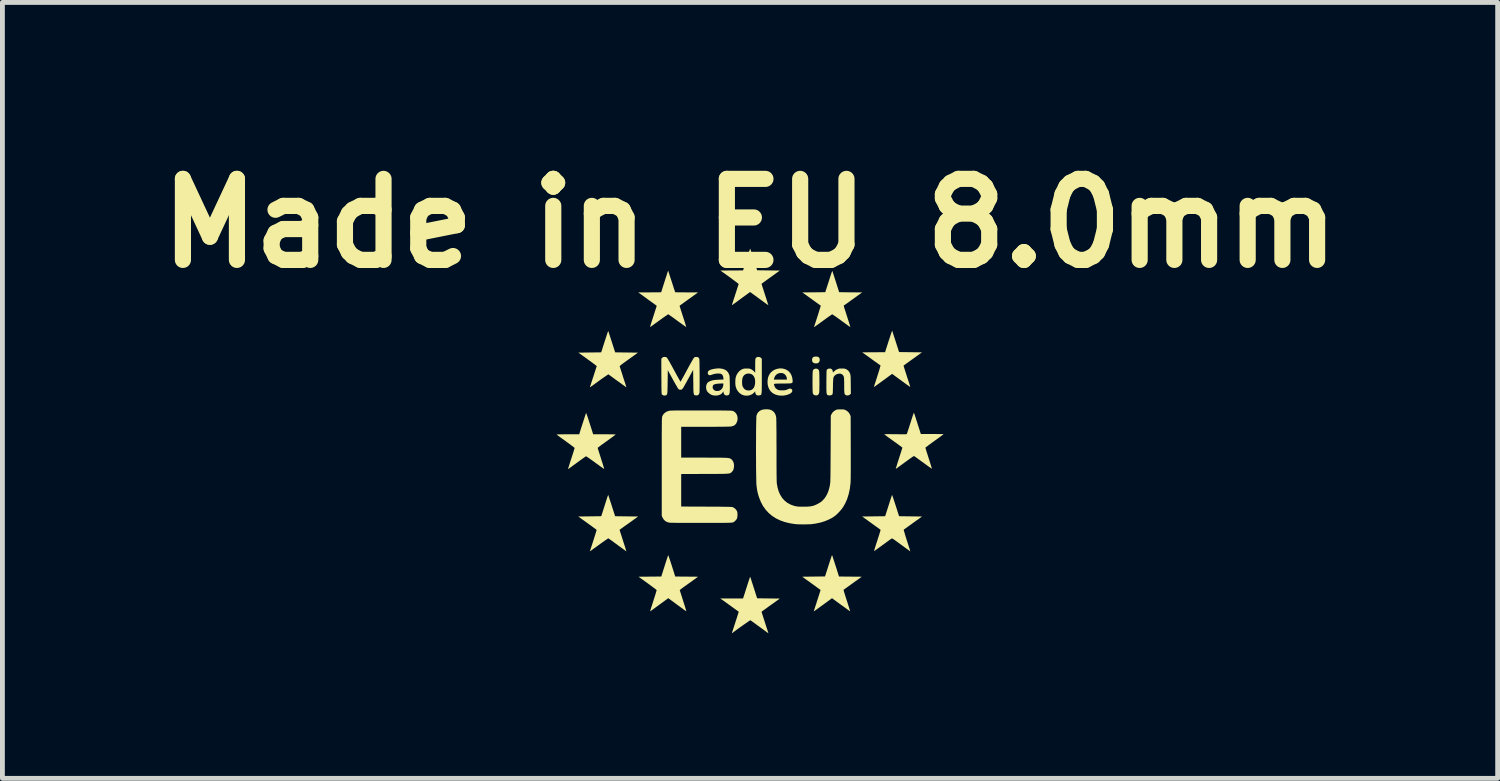
<source format=kicad_pcb>
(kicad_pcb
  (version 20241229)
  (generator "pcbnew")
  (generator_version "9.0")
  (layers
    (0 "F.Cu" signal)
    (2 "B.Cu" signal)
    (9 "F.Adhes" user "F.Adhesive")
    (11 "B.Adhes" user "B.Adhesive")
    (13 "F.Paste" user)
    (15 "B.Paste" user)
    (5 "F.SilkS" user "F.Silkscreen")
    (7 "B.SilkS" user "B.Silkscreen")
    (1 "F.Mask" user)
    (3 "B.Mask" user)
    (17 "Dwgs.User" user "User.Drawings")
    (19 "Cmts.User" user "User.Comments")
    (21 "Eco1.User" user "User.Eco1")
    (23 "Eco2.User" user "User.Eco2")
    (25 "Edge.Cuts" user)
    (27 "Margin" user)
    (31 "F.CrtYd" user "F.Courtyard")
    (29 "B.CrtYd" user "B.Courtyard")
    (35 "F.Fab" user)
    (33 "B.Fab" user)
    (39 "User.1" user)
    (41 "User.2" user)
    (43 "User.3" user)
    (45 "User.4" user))
  (footprint "Made in EU 8.0mm"
    (layer "F.Cu")
    (at 12.457 6.066)
    (property "Reference" "Made in EU 8.0mm" (at 0 -4.5 180) (layer "F.SilkS") (effects (font (size 1.675 1.675) (thickness 0.334))))
    (attr board_only exclude_from_pos_files exclude_from_bom)
    (fp_poly (pts (xy 1.389 -1.743) (xy 1.414 -1.735) (xy 1.431 -1.719) (xy 1.44 -1.696) (xy 1.442 -1.675) (xy 1.437 -1.645) (xy 1.422 -1.622) (xy 1.405 -1.609) (xy 1.385 -1.604) (xy 1.359 -1.602) (xy 1.333 -1.606) (xy 1.317 -1.611) (xy 1.299 -1.625) (xy 1.287 -1.646) (xy 1.282 -1.67) (xy 1.284 -1.696) (xy 1.294 -1.718) (xy 1.301 -1.727) (xy 1.314 -1.736) (xy 1.33 -1.741) (xy 1.354 -1.744)) (stroke (width 0) (type solid)) (fill yes) (layer "F.SilkS"))
    (fp_poly (pts (xy 1.392 -1.49) (xy 1.413 -1.477) (xy 1.426 -1.455) (xy 1.429 -1.441) (xy 1.431 -1.428) (xy 1.432 -1.405) (xy 1.433 -1.374) (xy 1.434 -1.336) (xy 1.434 -1.294) (xy 1.435 -1.249) (xy 1.435 -1.202) (xy 1.435 -1.157) (xy 1.434 -1.114) (xy 1.434 -1.075) (xy 1.433 -1.043) (xy 1.432 -1.018) (xy 1.431 -1.004) (xy 1.422 -0.974) (xy 1.411 -0.958) (xy 1.399 -0.947) (xy 1.385 -0.942) (xy 1.366 -0.941) (xy 1.365 -0.941) (xy 1.339 -0.944) (xy 1.32 -0.953) (xy 1.32 -0.953) (xy 1.308 -0.967) (xy 1.299 -0.985) (xy 1.298 -0.987) (xy 1.297 -0.999) (xy 1.295 -1.022) (xy 1.294 -1.052) (xy 1.293 -1.09) (xy 1.293 -1.132) (xy 1.292 -1.178) (xy 1.292 -1.225) (xy 1.292 -1.272) (xy 1.293 -1.316) (xy 1.293 -1.357) (xy 1.294 -1.393) (xy 1.296 -1.421) (xy 1.297 -1.441) (xy 1.298 -1.448) (xy 1.31 -1.473) (xy 1.33 -1.488) (xy 1.357 -1.494) (xy 1.364 -1.495)) (stroke (width 0) (type solid)) (fill yes) (layer "F.SilkS"))
    (fp_poly (pts (xy 2.94 -2.275) (xy 2.941 -2.275) (xy 2.943 -2.267) (xy 2.949 -2.25) (xy 2.957 -2.223) (xy 2.968 -2.19) (xy 2.981 -2.15) (xy 2.996 -2.105) (xy 3.011 -2.057) (xy 3.013 -2.051) (xy 3.082 -1.837) (xy 3.319 -1.834) (xy 3.555 -1.831) (xy 3.365 -1.694) (xy 3.323 -1.664) (xy 3.284 -1.636) (xy 3.249 -1.611) (xy 3.22 -1.59) (xy 3.197 -1.573) (xy 3.182 -1.561) (xy 3.174 -1.555) (xy 3.174 -1.554) (xy 3.176 -1.548) (xy 3.181 -1.532) (xy 3.189 -1.507) (xy 3.199 -1.474) (xy 3.212 -1.435) (xy 3.226 -1.391) (xy 3.241 -1.343) (xy 3.244 -1.334) (xy 3.26 -1.285) (xy 3.274 -1.241) (xy 3.287 -1.201) (xy 3.298 -1.167) (xy 3.306 -1.141) (xy 3.311 -1.123) (xy 3.313 -1.115) (xy 3.313 -1.114) (xy 3.308 -1.117) (xy 3.295 -1.127) (xy 3.274 -1.142) (xy 3.246 -1.161) (xy 3.213 -1.185) (xy 3.176 -1.212) (xy 3.135 -1.242) (xy 3.125 -1.249) (xy 2.938 -1.386) (xy 2.759 -1.255) (xy 2.71 -1.219) (xy 2.67 -1.19) (xy 2.637 -1.166) (xy 2.612 -1.148) (xy 2.593 -1.134) (xy 2.579 -1.125) (xy 2.57 -1.119) (xy 2.564 -1.117) (xy 2.562 -1.117) (xy 2.562 -1.119) (xy 2.563 -1.123) (xy 2.563 -1.123) (xy 2.582 -1.182) (xy 2.601 -1.24) (xy 2.619 -1.296) (xy 2.636 -1.35) (xy 2.652 -1.4) (xy 2.666 -1.445) (xy 2.678 -1.484) (xy 2.687 -1.517) (xy 2.694 -1.541) (xy 2.698 -1.555) (xy 2.698 -1.56) (xy 2.692 -1.564) (xy 2.678 -1.574) (xy 2.656 -1.59) (xy 2.628 -1.61) (xy 2.594 -1.634) (xy 2.556 -1.661) (xy 2.515 -1.691) (xy 2.507 -1.697) (xy 2.32 -1.831) (xy 2.556 -1.833) (xy 2.792 -1.834) (xy 2.843 -1.993) (xy 2.864 -2.058) (xy 2.882 -2.113) (xy 2.897 -2.158) (xy 2.908 -2.194) (xy 2.918 -2.222) (xy 2.925 -2.244) (xy 2.931 -2.259) (xy 2.935 -2.269) (xy 2.937 -2.274) (xy 2.939 -2.276)) (stroke (width 0) (type solid)) (fill yes) (layer "F.SilkS"))
    (fp_poly (pts (xy 0.008 2.818) (xy 0.013 2.836) (xy 0.022 2.862) (xy 0.032 2.896) (xy 0.045 2.936) (xy 0.06 2.98) (xy 0.075 3.029) (xy 0.078 3.037) (xy 0.147 3.254) (xy 0.381 3.257) (xy 0.616 3.26) (xy 0.44 3.386) (xy 0.399 3.415) (xy 0.361 3.443) (xy 0.327 3.468) (xy 0.297 3.489) (xy 0.274 3.506) (xy 0.258 3.517) (xy 0.251 3.523) (xy 0.238 3.534) (xy 0.307 3.748) (xy 0.322 3.797) (xy 0.337 3.842) (xy 0.35 3.882) (xy 0.361 3.917) (xy 0.37 3.944) (xy 0.376 3.962) (xy 0.378 3.971) (xy 0.378 3.971) (xy 0.379 3.976) (xy 0.374 3.973) (xy 0.365 3.967) (xy 0.349 3.955) (xy 0.326 3.938) (xy 0.298 3.918) (xy 0.266 3.894) (xy 0.231 3.869) (xy 0.194 3.842) (xy 0.158 3.816) (xy 0.122 3.79) (xy 0.09 3.766) (xy 0.061 3.745) (xy 0.037 3.728) (xy 0.019 3.716) (xy 0.01 3.709) (xy 0.008 3.708) (xy 0.002 3.71) (xy -0.012 3.719) (xy -0.033 3.733) (xy -0.06 3.752) (xy -0.092 3.774) (xy -0.127 3.798) (xy -0.164 3.825) (xy -0.203 3.852) (xy -0.241 3.879) (xy -0.277 3.905) (xy -0.31 3.93) (xy -0.339 3.951) (xy -0.363 3.97) (xy -0.369 3.974) (xy -0.375 3.977) (xy -0.374 3.972) (xy -0.374 3.972) (xy -0.372 3.964) (xy -0.366 3.946) (xy -0.357 3.92) (xy -0.347 3.888) (xy -0.335 3.851) (xy -0.322 3.81) (xy -0.308 3.768) (xy -0.295 3.725) (xy -0.281 3.684) (xy -0.269 3.646) (xy -0.258 3.612) (xy -0.25 3.585) (xy -0.243 3.565) (xy -0.241 3.557) (xy -0.233 3.532) (xy -0.424 3.394) (xy -0.615 3.257) (xy -0.379 3.257) (xy -0.144 3.257) (xy -0.101 3.125) (xy -0.087 3.079) (xy -0.071 3.031) (xy -0.056 2.983) (xy -0.042 2.939) (xy -0.03 2.902) (xy -0.028 2.897) (xy -0.018 2.867) (xy -0.009 2.841) (xy -0.002 2.822) (xy 0.003 2.812) (xy 0.005 2.811)) (stroke (width 0) (type solid)) (fill yes) (layer "F.SilkS"))
    (fp_poly (pts (xy -1.644 -3.37) (xy -1.629 -3.325) (xy -1.614 -3.279) (xy -1.6 -3.235) (xy -1.587 -3.195) (xy -1.577 -3.162) (xy -1.571 -3.145) (xy -1.547 -3.073) (xy -1.311 -3.071) (xy -1.075 -3.07) (xy -1.244 -2.948) (xy -1.285 -2.919) (xy -1.323 -2.891) (xy -1.358 -2.866) (xy -1.388 -2.844) (xy -1.412 -2.827) (xy -1.429 -2.815) (xy -1.436 -2.809) (xy -1.457 -2.793) (xy -1.387 -2.574) (xy -1.371 -2.525) (xy -1.357 -2.481) (xy -1.344 -2.44) (xy -1.334 -2.407) (xy -1.326 -2.38) (xy -1.321 -2.362) (xy -1.318 -2.354) (xy -1.318 -2.353) (xy -1.324 -2.356) (xy -1.337 -2.366) (xy -1.358 -2.38) (xy -1.386 -2.4) (xy -1.419 -2.424) (xy -1.456 -2.45) (xy -1.496 -2.48) (xy -1.501 -2.483) (xy -1.542 -2.513) (xy -1.58 -2.541) (xy -1.614 -2.565) (xy -1.643 -2.586) (xy -1.666 -2.602) (xy -1.681 -2.613) (xy -1.688 -2.618) (xy -1.689 -2.618) (xy -1.695 -2.615) (xy -1.71 -2.606) (xy -1.732 -2.591) (xy -1.76 -2.572) (xy -1.794 -2.548) (xy -1.832 -2.521) (xy -1.873 -2.492) (xy -1.88 -2.486) (xy -1.921 -2.456) (xy -1.96 -2.429) (xy -1.994 -2.404) (xy -2.022 -2.384) (xy -2.045 -2.367) (xy -2.06 -2.357) (xy -2.067 -2.352) (xy -2.068 -2.352) (xy -2.066 -2.357) (xy -2.062 -2.373) (xy -2.055 -2.397) (xy -2.045 -2.43) (xy -2.033 -2.468) (xy -2.019 -2.512) (xy -2.003 -2.56) (xy -2 -2.571) (xy -1.984 -2.619) (xy -1.97 -2.665) (xy -1.957 -2.705) (xy -1.946 -2.739) (xy -1.937 -2.766) (xy -1.932 -2.784) (xy -1.929 -2.792) (xy -1.929 -2.793) (xy -1.934 -2.797) (xy -1.947 -2.807) (xy -1.968 -2.822) (xy -1.996 -2.843) (xy -2.029 -2.867) (xy -2.067 -2.894) (xy -2.108 -2.923) (xy -2.12 -2.933) (xy -2.311 -3.07) (xy -2.074 -3.071) (xy -1.837 -3.073) (xy -1.781 -3.25) (xy -1.766 -3.296) (xy -1.752 -3.341) (xy -1.738 -3.383) (xy -1.726 -3.42) (xy -1.717 -3.449) (xy -1.71 -3.47) (xy -1.709 -3.474) (xy -1.693 -3.522)) (stroke (width 0) (type solid)) (fill yes) (layer "F.SilkS"))
    (fp_poly (pts (xy -1.689 2.367) (xy -1.683 2.382) (xy -1.675 2.406) (xy -1.664 2.437) (xy -1.651 2.475) (xy -1.637 2.519) (xy -1.621 2.567) (xy -1.617 2.581) (xy -1.546 2.804) (xy -1.31 2.806) (xy -1.074 2.808) (xy -1.263 2.944) (xy -1.305 2.974) (xy -1.344 3.002) (xy -1.378 3.027) (xy -1.407 3.048) (xy -1.43 3.066) (xy -1.445 3.078) (xy -1.453 3.083) (xy -1.453 3.084) (xy -1.451 3.09) (xy -1.446 3.107) (xy -1.438 3.132) (xy -1.428 3.165) (xy -1.415 3.204) (xy -1.401 3.248) (xy -1.386 3.296) (xy -1.384 3.302) (xy -1.369 3.35) (xy -1.355 3.394) (xy -1.342 3.434) (xy -1.332 3.468) (xy -1.324 3.494) (xy -1.319 3.512) (xy -1.317 3.519) (xy -1.317 3.52) (xy -1.322 3.518) (xy -1.335 3.511) (xy -1.353 3.499) (xy -1.37 3.487) (xy -1.388 3.473) (xy -1.415 3.454) (xy -1.447 3.43) (xy -1.483 3.404) (xy -1.521 3.376) (xy -1.555 3.351) (xy -1.69 3.252) (xy -1.853 3.371) (xy -1.893 3.4) (xy -1.931 3.428) (xy -1.965 3.453) (xy -1.995 3.475) (xy -2.019 3.492) (xy -2.035 3.504) (xy -2.042 3.508) (xy -2.056 3.519) (xy -2.064 3.522) (xy -2.065 3.52) (xy -2.063 3.512) (xy -2.06 3.504) (xy -2.055 3.485) (xy -2.046 3.457) (xy -2.035 3.423) (xy -2.022 3.383) (xy -2.008 3.338) (xy -1.994 3.294) (xy -1.979 3.247) (xy -1.965 3.203) (xy -1.953 3.164) (xy -1.943 3.131) (xy -1.936 3.106) (xy -1.932 3.089) (xy -1.931 3.083) (xy -1.936 3.078) (xy -1.95 3.067) (xy -1.972 3.05) (xy -2 3.029) (xy -2.033 3.005) (xy -2.071 2.977) (xy -2.112 2.947) (xy -2.12 2.941) (xy -2.306 2.808) (xy -2.07 2.806) (xy -1.834 2.804) (xy -1.823 2.767) (xy -1.811 2.73) (xy -1.798 2.688) (xy -1.784 2.644) (xy -1.769 2.598) (xy -1.755 2.553) (xy -1.741 2.509) (xy -1.728 2.469) (xy -1.716 2.433) (xy -1.706 2.403) (xy -1.698 2.38) (xy -1.693 2.366) (xy -1.692 2.363)) (stroke (width 0) (type solid)) (fill yes) (layer "F.SilkS"))
    (fp_poly (pts (xy 0.664 -1.498) (xy 0.713 -1.487) (xy 0.758 -1.468) (xy 0.798 -1.44) (xy 0.83 -1.405) (xy 0.848 -1.376) (xy 0.864 -1.338) (xy 0.875 -1.296) (xy 0.881 -1.254) (xy 0.881 -1.241) (xy 0.881 -1.227) (xy 0.88 -1.216) (xy 0.877 -1.207) (xy 0.871 -1.2) (xy 0.86 -1.195) (xy 0.844 -1.191) (xy 0.82 -1.189) (xy 0.789 -1.188) (xy 0.749 -1.187) (xy 0.699 -1.186) (xy 0.675 -1.186) (xy 0.623 -1.186) (xy 0.581 -1.185) (xy 0.549 -1.185) (xy 0.526 -1.183) (xy 0.51 -1.181) (xy 0.5 -1.177) (xy 0.496 -1.172) (xy 0.495 -1.166) (xy 0.498 -1.157) (xy 0.502 -1.145) (xy 0.504 -1.139) (xy 0.517 -1.108) (xy 0.535 -1.085) (xy 0.561 -1.066) (xy 0.568 -1.062) (xy 0.582 -1.054) (xy 0.595 -1.05) (xy 0.609 -1.047) (xy 0.628 -1.046) (xy 0.655 -1.045) (xy 0.664 -1.045) (xy 0.695 -1.046) (xy 0.717 -1.047) (xy 0.735 -1.05) (xy 0.752 -1.056) (xy 0.768 -1.062) (xy 0.799 -1.075) (xy 0.821 -1.081) (xy 0.838 -1.082) (xy 0.851 -1.077) (xy 0.86 -1.07) (xy 0.873 -1.051) (xy 0.875 -1.031) (xy 0.868 -1.013) (xy 0.853 -0.995) (xy 0.83 -0.979) (xy 0.801 -0.964) (xy 0.767 -0.952) (xy 0.729 -0.943) (xy 0.688 -0.937) (xy 0.646 -0.936) (xy 0.604 -0.939) (xy 0.574 -0.944) (xy 0.518 -0.961) (xy 0.47 -0.987) (xy 0.43 -1.022) (xy 0.4 -1.064) (xy 0.378 -1.113) (xy 0.365 -1.169) (xy 0.362 -1.218) (xy 0.366 -1.268) (xy 0.493 -1.268) (xy 0.628 -1.268) (xy 0.762 -1.268) (xy 0.762 -1.288) (xy 0.76 -1.304) (xy 0.753 -1.325) (xy 0.748 -1.338) (xy 0.727 -1.369) (xy 0.7 -1.391) (xy 0.666 -1.402) (xy 0.653 -1.404) (xy 0.61 -1.402) (xy 0.573 -1.39) (xy 0.541 -1.368) (xy 0.516 -1.337) (xy 0.5 -1.299) (xy 0.497 -1.288) (xy 0.493 -1.268) (xy 0.366 -1.268) (xy 0.367 -1.28) (xy 0.381 -1.335) (xy 0.405 -1.382) (xy 0.438 -1.423) (xy 0.48 -1.456) (xy 0.51 -1.472) (xy 0.561 -1.49) (xy 0.613 -1.499)) (stroke (width 0) (type solid)) (fill yes) (layer "F.SilkS"))
    (fp_poly (pts (xy 1.697 2.363) (xy 1.699 2.369) (xy 1.703 2.38) (xy 1.709 2.395) (xy 1.716 2.417) (xy 1.725 2.446) (xy 1.737 2.483) (xy 1.752 2.529) (xy 1.77 2.584) (xy 1.791 2.649) (xy 1.795 2.663) (xy 1.84 2.804) (xy 2.076 2.806) (xy 2.311 2.808) (xy 2.125 2.941) (xy 2.084 2.971) (xy 2.045 2.999) (xy 2.011 3.024) (xy 1.981 3.045) (xy 1.958 3.062) (xy 1.942 3.073) (xy 1.935 3.078) (xy 1.935 3.079) (xy 1.935 3.085) (xy 1.939 3.101) (xy 1.946 3.126) (xy 1.956 3.159) (xy 1.968 3.198) (xy 1.982 3.242) (xy 1.997 3.29) (xy 2.001 3.301) (xy 2.017 3.35) (xy 2.031 3.395) (xy 2.044 3.435) (xy 2.054 3.469) (xy 2.063 3.496) (xy 2.068 3.514) (xy 2.07 3.523) (xy 2.07 3.523) (xy 2.065 3.52) (xy 2.052 3.511) (xy 2.03 3.496) (xy 2.003 3.476) (xy 1.97 3.452) (xy 1.933 3.425) (xy 1.892 3.396) (xy 1.882 3.389) (xy 1.695 3.252) (xy 1.665 3.275) (xy 1.625 3.304) (xy 1.584 3.334) (xy 1.542 3.365) (xy 1.5 3.395) (xy 1.46 3.424) (xy 1.423 3.451) (xy 1.39 3.475) (xy 1.362 3.495) (xy 1.34 3.51) (xy 1.325 3.521) (xy 1.319 3.525) (xy 1.319 3.525) (xy 1.317 3.521) (xy 1.318 3.521) (xy 1.32 3.514) (xy 1.326 3.498) (xy 1.334 3.474) (xy 1.344 3.442) (xy 1.356 3.406) (xy 1.369 3.366) (xy 1.382 3.323) (xy 1.396 3.28) (xy 1.41 3.237) (xy 1.423 3.197) (xy 1.435 3.161) (xy 1.444 3.13) (xy 1.452 3.105) (xy 1.457 3.089) (xy 1.459 3.083) (xy 1.459 3.083) (xy 1.454 3.079) (xy 1.441 3.069) (xy 1.42 3.054) (xy 1.392 3.034) (xy 1.359 3.009) (xy 1.322 2.982) (xy 1.281 2.953) (xy 1.269 2.944) (xy 1.079 2.808) (xy 1.315 2.805) (xy 1.551 2.802) (xy 1.622 2.58) (xy 1.638 2.531) (xy 1.652 2.486) (xy 1.666 2.446) (xy 1.677 2.413) (xy 1.686 2.386) (xy 1.692 2.369) (xy 1.696 2.361) (xy 1.696 2.361)) (stroke (width 0) (type solid)) (fill yes) (layer "F.SilkS"))
    (fp_poly (pts (xy 0.006 -3.967) (xy 0.012 -3.951) (xy 0.02 -3.925) (xy 0.03 -3.892) (xy 0.043 -3.852) (xy 0.057 -3.808) (xy 0.073 -3.759) (xy 0.076 -3.748) (xy 0.147 -3.528) (xy 0.381 -3.525) (xy 0.616 -3.522) (xy 0.427 -3.386) (xy 0.386 -3.356) (xy 0.347 -3.328) (xy 0.313 -3.303) (xy 0.284 -3.282) (xy 0.261 -3.265) (xy 0.246 -3.254) (xy 0.238 -3.248) (xy 0.238 -3.248) (xy 0.24 -3.242) (xy 0.245 -3.226) (xy 0.252 -3.202) (xy 0.262 -3.171) (xy 0.274 -3.135) (xy 0.287 -3.095) (xy 0.3 -3.053) (xy 0.314 -3.01) (xy 0.328 -2.967) (xy 0.341 -2.927) (xy 0.352 -2.891) (xy 0.362 -2.859) (xy 0.37 -2.835) (xy 0.375 -2.821) (xy 0.377 -2.816) (xy 0.378 -2.812) (xy 0.379 -2.809) (xy 0.377 -2.809) (xy 0.372 -2.811) (xy 0.363 -2.817) (xy 0.349 -2.826) (xy 0.329 -2.84) (xy 0.303 -2.859) (xy 0.27 -2.883) (xy 0.228 -2.914) (xy 0.202 -2.932) (xy 0.163 -2.961) (xy 0.126 -2.989) (xy 0.092 -3.013) (xy 0.063 -3.034) (xy 0.041 -3.05) (xy 0.025 -3.061) (xy 0.02 -3.065) (xy 0.001 -3.078) (xy -0.159 -2.962) (xy -0.198 -2.933) (xy -0.236 -2.905) (xy -0.271 -2.879) (xy -0.301 -2.857) (xy -0.325 -2.84) (xy -0.342 -2.828) (xy -0.348 -2.824) (xy -0.363 -2.812) (xy -0.372 -2.808) (xy -0.374 -2.809) (xy -0.372 -2.816) (xy -0.372 -2.817) (xy -0.369 -2.825) (xy -0.364 -2.844) (xy -0.355 -2.87) (xy -0.345 -2.903) (xy -0.333 -2.94) (xy -0.319 -2.981) (xy -0.306 -3.024) (xy -0.292 -3.067) (xy -0.278 -3.109) (xy -0.266 -3.148) (xy -0.255 -3.182) (xy -0.246 -3.21) (xy -0.239 -3.23) (xy -0.236 -3.242) (xy -0.235 -3.243) (xy -0.24 -3.248) (xy -0.252 -3.259) (xy -0.273 -3.275) (xy -0.3 -3.296) (xy -0.333 -3.32) (xy -0.37 -3.348) (xy -0.411 -3.378) (xy -0.422 -3.386) (xy -0.612 -3.522) (xy -0.378 -3.524) (xy -0.144 -3.525) (xy -0.101 -3.658) (xy -0.087 -3.703) (xy -0.071 -3.751) (xy -0.056 -3.799) (xy -0.041 -3.843) (xy -0.03 -3.88) (xy -0.028 -3.885) (xy -0.018 -3.916) (xy -0.009 -3.942) (xy -0.002 -3.961) (xy 0.002 -3.972) (xy 0.004 -3.974)) (stroke (width 0) (type solid)) (fill yes) (layer "F.SilkS"))
    (fp_poly (pts (xy 2.939 1.121) (xy 2.945 1.136) (xy 2.953 1.16) (xy 2.964 1.192) (xy 2.976 1.23) (xy 2.991 1.274) (xy 3.006 1.322) (xy 3.011 1.335) (xy 3.082 1.557) (xy 3.319 1.56) (xy 3.557 1.563) (xy 3.37 1.697) (xy 3.329 1.727) (xy 3.29 1.755) (xy 3.255 1.78) (xy 3.226 1.801) (xy 3.202 1.818) (xy 3.186 1.829) (xy 3.179 1.834) (xy 3.178 1.835) (xy 3.178 1.841) (xy 3.182 1.858) (xy 3.19 1.884) (xy 3.2 1.918) (xy 3.212 1.96) (xy 3.227 2.009) (xy 3.244 2.061) (xy 3.26 2.11) (xy 3.274 2.155) (xy 3.287 2.196) (xy 3.298 2.23) (xy 3.307 2.257) (xy 3.312 2.275) (xy 3.315 2.284) (xy 3.315 2.284) (xy 3.31 2.281) (xy 3.296 2.271) (xy 3.275 2.256) (xy 3.248 2.236) (xy 3.215 2.213) (xy 3.178 2.185) (xy 3.137 2.156) (xy 3.127 2.148) (xy 3.079 2.113) (xy 3.04 2.085) (xy 3.009 2.062) (xy 2.984 2.045) (xy 2.966 2.033) (xy 2.952 2.024) (xy 2.942 2.019) (xy 2.935 2.017) (xy 2.93 2.017) (xy 2.927 2.019) (xy 2.92 2.024) (xy 2.904 2.035) (xy 2.88 2.052) (xy 2.851 2.073) (xy 2.817 2.098) (xy 2.779 2.126) (xy 2.74 2.154) (xy 2.7 2.183) (xy 2.663 2.21) (xy 2.631 2.233) (xy 2.603 2.253) (xy 2.582 2.267) (xy 2.568 2.277) (xy 2.563 2.28) (xy 2.565 2.274) (xy 2.569 2.258) (xy 2.577 2.233) (xy 2.587 2.2) (xy 2.599 2.161) (xy 2.613 2.117) (xy 2.629 2.07) (xy 2.632 2.06) (xy 2.647 2.012) (xy 2.662 1.967) (xy 2.674 1.927) (xy 2.685 1.893) (xy 2.693 1.866) (xy 2.698 1.848) (xy 2.7 1.84) (xy 2.7 1.839) (xy 2.694 1.835) (xy 2.681 1.824) (xy 2.662 1.81) (xy 2.638 1.793) (xy 2.628 1.785) (xy 2.602 1.767) (xy 2.569 1.743) (xy 2.531 1.716) (xy 2.491 1.687) (xy 2.452 1.659) (xy 2.438 1.649) (xy 2.319 1.563) (xy 2.557 1.56) (xy 2.794 1.557) (xy 2.864 1.338) (xy 2.88 1.289) (xy 2.894 1.244) (xy 2.907 1.204) (xy 2.919 1.17) (xy 2.927 1.143) (xy 2.934 1.125) (xy 2.937 1.117) (xy 2.937 1.116)) (stroke (width 0) (type solid)) (fill yes) (layer "F.SilkS"))
    (fp_poly (pts (xy -2.93 1.119) (xy -2.928 1.127) (xy -2.922 1.145) (xy -2.914 1.171) (xy -2.903 1.205) (xy -2.89 1.244) (xy -2.875 1.289) (xy -2.86 1.337) (xy -2.858 1.343) (xy -2.789 1.557) (xy -2.551 1.56) (xy -2.314 1.563) (xy -2.504 1.7) (xy -2.546 1.73) (xy -2.585 1.757) (xy -2.619 1.782) (xy -2.649 1.803) (xy -2.672 1.82) (xy -2.688 1.831) (xy -2.696 1.837) (xy -2.696 1.837) (xy -2.695 1.843) (xy -2.69 1.859) (xy -2.683 1.884) (xy -2.673 1.916) (xy -2.66 1.955) (xy -2.646 1.999) (xy -2.631 2.047) (xy -2.626 2.061) (xy -2.611 2.11) (xy -2.596 2.155) (xy -2.583 2.195) (xy -2.573 2.23) (xy -2.564 2.257) (xy -2.559 2.275) (xy -2.556 2.283) (xy -2.556 2.284) (xy -2.561 2.281) (xy -2.574 2.271) (xy -2.595 2.256) (xy -2.623 2.236) (xy -2.655 2.212) (xy -2.693 2.185) (xy -2.733 2.156) (xy -2.739 2.151) (xy -2.78 2.121) (xy -2.818 2.093) (xy -2.852 2.068) (xy -2.882 2.047) (xy -2.905 2.031) (xy -2.92 2.02) (xy -2.928 2.015) (xy -2.928 2.015) (xy -2.934 2.017) (xy -2.949 2.026) (xy -2.971 2.041) (xy -3 2.061) (xy -3.033 2.084) (xy -3.071 2.111) (xy -3.112 2.141) (xy -3.123 2.149) (xy -3.164 2.179) (xy -3.203 2.207) (xy -3.237 2.231) (xy -3.265 2.252) (xy -3.288 2.268) (xy -3.303 2.279) (xy -3.31 2.284) (xy -3.311 2.284) (xy -3.309 2.278) (xy -3.304 2.262) (xy -3.296 2.237) (xy -3.286 2.205) (xy -3.273 2.166) (xy -3.259 2.122) (xy -3.243 2.074) (xy -3.24 2.063) (xy -3.224 2.014) (xy -3.21 1.969) (xy -3.197 1.928) (xy -3.187 1.894) (xy -3.179 1.867) (xy -3.173 1.848) (xy -3.171 1.839) (xy -3.171 1.839) (xy -3.177 1.834) (xy -3.191 1.824) (xy -3.212 1.808) (xy -3.24 1.788) (xy -3.273 1.763) (xy -3.311 1.736) (xy -3.352 1.706) (xy -3.363 1.699) (xy -3.552 1.563) (xy -3.314 1.56) (xy -3.076 1.557) (xy -3.029 1.411) (xy -3.015 1.366) (xy -3 1.32) (xy -2.986 1.275) (xy -2.973 1.235) (xy -2.963 1.202) (xy -2.958 1.188) (xy -2.949 1.161) (xy -2.941 1.139) (xy -2.935 1.124) (xy -2.931 1.119)) (stroke (width 0) (type solid)) (fill yes) (layer "F.SilkS"))
    (fp_poly (pts (xy 1.705 -3.505) (xy 1.711 -3.488) (xy 1.719 -3.462) (xy 1.73 -3.428) (xy 1.743 -3.388) (xy 1.757 -3.344) (xy 1.773 -3.295) (xy 1.775 -3.29) (xy 1.843 -3.075) (xy 2.081 -3.072) (xy 2.318 -3.07) (xy 2.128 -2.933) (xy 2.086 -2.903) (xy 2.048 -2.875) (xy 2.013 -2.85) (xy 1.984 -2.829) (xy 1.96 -2.813) (xy 1.944 -2.801) (xy 1.937 -2.796) (xy 1.936 -2.795) (xy 1.938 -2.79) (xy 1.943 -2.774) (xy 1.95 -2.749) (xy 1.96 -2.717) (xy 1.973 -2.678) (xy 1.987 -2.634) (xy 2.002 -2.586) (xy 2.006 -2.575) (xy 2.021 -2.526) (xy 2.036 -2.481) (xy 2.048 -2.441) (xy 2.059 -2.407) (xy 2.067 -2.38) (xy 2.073 -2.362) (xy 2.075 -2.353) (xy 2.075 -2.353) (xy 2.07 -2.356) (xy 2.056 -2.365) (xy 2.035 -2.38) (xy 2.008 -2.399) (xy 1.975 -2.423) (xy 1.938 -2.45) (xy 1.897 -2.479) (xy 1.891 -2.484) (xy 1.85 -2.514) (xy 1.812 -2.541) (xy 1.777 -2.566) (xy 1.748 -2.586) (xy 1.724 -2.602) (xy 1.708 -2.613) (xy 1.701 -2.617) (xy 1.7 -2.617) (xy 1.694 -2.614) (xy 1.679 -2.604) (xy 1.656 -2.589) (xy 1.627 -2.569) (xy 1.593 -2.545) (xy 1.556 -2.518) (xy 1.515 -2.488) (xy 1.51 -2.484) (xy 1.469 -2.455) (xy 1.431 -2.427) (xy 1.398 -2.403) (xy 1.369 -2.383) (xy 1.347 -2.367) (xy 1.332 -2.356) (xy 1.326 -2.352) (xy 1.326 -2.352) (xy 1.325 -2.357) (xy 1.328 -2.368) (xy 1.336 -2.393) (xy 1.346 -2.424) (xy 1.358 -2.461) (xy 1.371 -2.502) (xy 1.385 -2.544) (xy 1.399 -2.588) (xy 1.413 -2.631) (xy 1.425 -2.672) (xy 1.437 -2.71) (xy 1.447 -2.742) (xy 1.455 -2.768) (xy 1.461 -2.786) (xy 1.463 -2.795) (xy 1.463 -2.795) (xy 1.458 -2.799) (xy 1.445 -2.809) (xy 1.424 -2.824) (xy 1.396 -2.844) (xy 1.363 -2.868) (xy 1.325 -2.895) (xy 1.284 -2.925) (xy 1.272 -2.933) (xy 1.082 -3.07) (xy 1.319 -3.072) (xy 1.556 -3.075) (xy 1.598 -3.206) (xy 1.613 -3.251) (xy 1.628 -3.299) (xy 1.643 -3.346) (xy 1.657 -3.39) (xy 1.669 -3.426) (xy 1.67 -3.43) (xy 1.68 -3.46) (xy 1.689 -3.485) (xy 1.696 -3.503) (xy 1.701 -3.512) (xy 1.702 -3.513)) (stroke (width 0) (type solid)) (fill yes) (layer "F.SilkS"))
    (fp_poly (pts (xy -2.929 -2.267) (xy -2.924 -2.25) (xy -2.915 -2.225) (xy -2.905 -2.193) (xy -2.892 -2.154) (xy -2.878 -2.109) (xy -2.862 -2.061) (xy -2.859 -2.05) (xy -2.788 -1.831) (xy -2.553 -1.828) (xy -2.317 -1.825) (xy -2.507 -1.688) (xy -2.556 -1.653) (xy -2.595 -1.625) (xy -2.627 -1.601) (xy -2.651 -1.583) (xy -2.669 -1.569) (xy -2.682 -1.558) (xy -2.689 -1.55) (xy -2.693 -1.545) (xy -2.694 -1.54) (xy -2.694 -1.54) (xy -2.691 -1.53) (xy -2.685 -1.511) (xy -2.676 -1.485) (xy -2.666 -1.452) (xy -2.653 -1.414) (xy -2.64 -1.373) (xy -2.627 -1.33) (xy -2.613 -1.287) (xy -2.6 -1.246) (xy -2.587 -1.208) (xy -2.576 -1.174) (xy -2.568 -1.146) (xy -2.561 -1.126) (xy -2.558 -1.116) (xy -2.557 -1.115) (xy -2.558 -1.11) (xy -2.562 -1.111) (xy -2.568 -1.115) (xy -2.582 -1.126) (xy -2.603 -1.141) (xy -2.63 -1.16) (xy -2.661 -1.183) (xy -2.696 -1.208) (xy -2.732 -1.234) (xy -2.769 -1.26) (xy -2.804 -1.286) (xy -2.838 -1.311) (xy -2.868 -1.333) (xy -2.893 -1.351) (xy -2.912 -1.365) (xy -2.924 -1.374) (xy -2.927 -1.376) (xy -2.933 -1.373) (xy -2.947 -1.365) (xy -2.969 -1.35) (xy -2.998 -1.33) (xy -3.033 -1.306) (xy -3.072 -1.279) (xy -3.115 -1.248) (xy -3.12 -1.244) (xy -3.161 -1.214) (xy -3.2 -1.186) (xy -3.234 -1.161) (xy -3.263 -1.14) (xy -3.286 -1.124) (xy -3.302 -1.113) (xy -3.309 -1.108) (xy -3.309 -1.108) (xy -3.31 -1.112) (xy -3.308 -1.117) (xy -3.306 -1.124) (xy -3.3 -1.142) (xy -3.292 -1.168) (xy -3.281 -1.202) (xy -3.268 -1.241) (xy -3.254 -1.286) (xy -3.238 -1.332) (xy -3.223 -1.38) (xy -3.209 -1.424) (xy -3.196 -1.463) (xy -3.186 -1.496) (xy -3.177 -1.522) (xy -3.172 -1.538) (xy -3.17 -1.545) (xy -3.174 -1.55) (xy -3.187 -1.561) (xy -3.207 -1.577) (xy -3.235 -1.598) (xy -3.267 -1.622) (xy -3.305 -1.65) (xy -3.346 -1.679) (xy -3.358 -1.688) (xy -3.549 -1.825) (xy -3.313 -1.828) (xy -3.077 -1.831) (xy -3.048 -1.92) (xy -3.038 -1.954) (xy -3.024 -1.995) (xy -3.01 -2.041) (xy -2.994 -2.089) (xy -2.98 -2.134) (xy -2.977 -2.143) (xy -2.965 -2.18) (xy -2.954 -2.213) (xy -2.945 -2.24) (xy -2.937 -2.26) (xy -2.933 -2.271) (xy -2.932 -2.273)) (stroke (width 0) (type solid)) (fill yes) (layer "F.SilkS"))
    (fp_poly (pts (xy 1.925 -1.497) (xy 1.946 -1.496) (xy 1.962 -1.492) (xy 1.978 -1.487) (xy 1.99 -1.481) (xy 2.02 -1.463) (xy 2.042 -1.44) (xy 2.061 -1.409) (xy 2.068 -1.392) (xy 2.072 -1.383) (xy 2.074 -1.373) (xy 2.077 -1.362) (xy 2.078 -1.348) (xy 2.08 -1.329) (xy 2.081 -1.304) (xy 2.082 -1.272) (xy 2.082 -1.231) (xy 2.083 -1.18) (xy 2.083 -1.168) (xy 2.085 -0.976) (xy 2.067 -0.959) (xy 2.045 -0.945) (xy 2.019 -0.939) (xy 1.992 -0.942) (xy 1.973 -0.951) (xy 1.966 -0.957) (xy 1.96 -0.965) (xy 1.955 -0.976) (xy 1.952 -0.992) (xy 1.95 -1.014) (xy 1.948 -1.043) (xy 1.947 -1.082) (xy 1.947 -1.13) (xy 1.947 -1.149) (xy 1.947 -1.198) (xy 1.946 -1.242) (xy 1.945 -1.278) (xy 1.943 -1.305) (xy 1.941 -1.322) (xy 1.94 -1.325) (xy 1.927 -1.353) (xy 1.905 -1.375) (xy 1.878 -1.388) (xy 1.868 -1.39) (xy 1.835 -1.391) (xy 1.8 -1.382) (xy 1.77 -1.367) (xy 1.757 -1.356) (xy 1.746 -1.345) (xy 1.738 -1.335) (xy 1.731 -1.323) (xy 1.726 -1.309) (xy 1.722 -1.291) (xy 1.72 -1.267) (xy 1.718 -1.236) (xy 1.716 -1.197) (xy 1.715 -1.148) (xy 1.715 -1.133) (xy 1.714 -1.085) (xy 1.713 -1.047) (xy 1.712 -1.018) (xy 1.711 -0.997) (xy 1.709 -0.982) (xy 1.707 -0.972) (xy 1.705 -0.966) (xy 1.702 -0.961) (xy 1.699 -0.958) (xy 1.679 -0.946) (xy 1.654 -0.94) (xy 1.627 -0.941) (xy 1.615 -0.944) (xy 1.606 -0.947) (xy 1.598 -0.952) (xy 1.592 -0.96) (xy 1.587 -0.972) (xy 1.583 -0.989) (xy 1.581 -1.011) (xy 1.58 -1.041) (xy 1.579 -1.078) (xy 1.579 -1.125) (xy 1.579 -1.182) (xy 1.579 -1.228) (xy 1.58 -1.287) (xy 1.58 -1.336) (xy 1.581 -1.375) (xy 1.581 -1.405) (xy 1.582 -1.429) (xy 1.583 -1.446) (xy 1.585 -1.458) (xy 1.587 -1.466) (xy 1.589 -1.471) (xy 1.592 -1.475) (xy 1.592 -1.476) (xy 1.611 -1.489) (xy 1.637 -1.496) (xy 1.66 -1.496) (xy 1.684 -1.487) (xy 1.701 -1.469) (xy 1.711 -1.442) (xy 1.711 -1.44) (xy 1.715 -1.412) (xy 1.739 -1.438) (xy 1.761 -1.457) (xy 1.788 -1.474) (xy 1.8 -1.48) (xy 1.819 -1.488) (xy 1.836 -1.493) (xy 1.854 -1.496) (xy 1.878 -1.497) (xy 1.896 -1.497)) (stroke (width 0) (type solid)) (fill yes) (layer "F.SilkS"))
    (fp_poly (pts (xy 0.198 -1.734) (xy 0.22 -1.723) (xy 0.228 -1.715) (xy 0.244 -1.697) (xy 0.244 -1.342) (xy 0.244 -1.266) (xy 0.244 -1.2) (xy 0.244 -1.145) (xy 0.243 -1.099) (xy 0.243 -1.061) (xy 0.242 -1.03) (xy 0.24 -1.006) (xy 0.238 -0.988) (xy 0.236 -0.974) (xy 0.233 -0.965) (xy 0.229 -0.958) (xy 0.225 -0.953) (xy 0.219 -0.949) (xy 0.214 -0.946) (xy 0.196 -0.941) (xy 0.174 -0.94) (xy 0.151 -0.942) (xy 0.137 -0.947) (xy 0.124 -0.959) (xy 0.114 -0.978) (xy 0.108 -1) (xy 0.107 -1.01) (xy 0.107 -1.027) (xy 0.089 -1.004) (xy 0.057 -0.975) (xy 0.018 -0.953) (xy -0.027 -0.939) (xy -0.074 -0.935) (xy -0.121 -0.94) (xy -0.131 -0.943) (xy -0.177 -0.961) (xy -0.217 -0.99) (xy -0.251 -1.027) (xy -0.278 -1.072) (xy -0.296 -1.124) (xy -0.297 -1.128) (xy -0.301 -1.154) (xy -0.304 -1.187) (xy -0.304 -1.218) (xy -0.164 -1.218) (xy -0.163 -1.187) (xy -0.162 -1.164) (xy -0.159 -1.147) (xy -0.154 -1.131) (xy -0.15 -1.122) (xy -0.129 -1.087) (xy -0.103 -1.062) (xy -0.071 -1.048) (xy -0.033 -1.042) (xy -0.03 -1.042) (xy -0.002 -1.045) (xy 0.023 -1.052) (xy 0.027 -1.053) (xy 0.058 -1.074) (xy 0.081 -1.104) (xy 0.097 -1.143) (xy 0.105 -1.191) (xy 0.106 -1.2) (xy 0.105 -1.254) (xy 0.096 -1.3) (xy 0.079 -1.336) (xy 0.053 -1.365) (xy 0.03 -1.38) (xy -0.003 -1.391) (xy -0.038 -1.393) (xy -0.073 -1.387) (xy -0.104 -1.373) (xy -0.123 -1.357) (xy -0.141 -1.333) (xy -0.154 -1.305) (xy -0.161 -1.271) (xy -0.164 -1.228) (xy -0.164 -1.218) (xy -0.304 -1.218) (xy -0.304 -1.223) (xy -0.303 -1.259) (xy -0.3 -1.29) (xy -0.297 -1.307) (xy -0.279 -1.361) (xy -0.252 -1.407) (xy -0.219 -1.445) (xy -0.178 -1.474) (xy -0.165 -1.48) (xy -0.146 -1.488) (xy -0.13 -1.493) (xy -0.111 -1.496) (xy -0.088 -1.497) (xy -0.068 -1.497) (xy -0.04 -1.497) (xy -0.019 -1.496) (xy -0.003 -1.492) (xy 0.012 -1.486) (xy 0.026 -1.48) (xy 0.049 -1.466) (xy 0.072 -1.448) (xy 0.084 -1.436) (xy 0.107 -1.41) (xy 0.107 -1.55) (xy 0.107 -1.604) (xy 0.108 -1.647) (xy 0.11 -1.678) (xy 0.112 -1.698) (xy 0.114 -1.705) (xy 0.128 -1.723) (xy 0.149 -1.734) (xy 0.173 -1.737)) (stroke (width 0) (type solid)) (fill yes) (layer "F.SilkS"))
    (fp_poly (pts (xy -0.628 -1.499) (xy -0.572 -1.491) (xy -0.526 -1.476) (xy -0.487 -1.453) (xy -0.457 -1.421) (xy -0.436 -1.382) (xy -0.435 -1.378) (xy -0.43 -1.367) (xy -0.427 -1.355) (xy -0.424 -1.342) (xy -0.422 -1.326) (xy -0.421 -1.304) (xy -0.42 -1.276) (xy -0.419 -1.24) (xy -0.418 -1.193) (xy -0.418 -1.189) (xy -0.417 -1.129) (xy -0.417 -1.081) (xy -0.418 -1.041) (xy -0.42 -1.01) (xy -0.423 -0.987) (xy -0.428 -0.97) (xy -0.434 -0.958) (xy -0.443 -0.95) (xy -0.453 -0.945) (xy -0.464 -0.942) (xy -0.494 -0.94) (xy -0.518 -0.948) (xy -0.536 -0.966) (xy -0.546 -0.994) (xy -0.548 -1.003) (xy -0.551 -1.027) (xy -0.564 -1.005) (xy -0.587 -0.977) (xy -0.619 -0.956) (xy -0.657 -0.943) (xy -0.701 -0.937) (xy -0.749 -0.94) (xy -0.757 -0.941) (xy -0.794 -0.951) (xy -0.826 -0.968) (xy -0.859 -0.995) (xy -0.861 -0.997) (xy -0.881 -1.018) (xy -0.893 -1.037) (xy -0.902 -1.06) (xy -0.902 -1.062) (xy -0.909 -1.105) (xy -0.908 -1.114) (xy -0.773 -1.114) (xy -0.77 -1.09) (xy -0.766 -1.08) (xy -0.747 -1.054) (xy -0.721 -1.038) (xy -0.689 -1.031) (xy -0.652 -1.034) (xy -0.641 -1.036) (xy -0.61 -1.051) (xy -0.584 -1.075) (xy -0.565 -1.106) (xy -0.554 -1.142) (xy -0.553 -1.155) (xy -0.551 -1.188) (xy -0.619 -1.186) (xy -0.67 -1.183) (xy -0.71 -1.177) (xy -0.739 -1.168) (xy -0.758 -1.157) (xy -0.759 -1.156) (xy -0.769 -1.137) (xy -0.773 -1.114) (xy -0.908 -1.114) (xy -0.905 -1.146) (xy -0.893 -1.178) (xy -0.882 -1.198) (xy -0.868 -1.212) (xy -0.848 -1.225) (xy -0.828 -1.235) (xy -0.803 -1.244) (xy -0.776 -1.252) (xy -0.743 -1.258) (xy -0.703 -1.262) (xy -0.654 -1.265) (xy -0.632 -1.266) (xy -0.547 -1.27) (xy -0.551 -1.303) (xy -0.558 -1.336) (xy -0.568 -1.36) (xy -0.585 -1.378) (xy -0.591 -1.382) (xy -0.61 -1.389) (xy -0.638 -1.393) (xy -0.671 -1.393) (xy -0.706 -1.39) (xy -0.741 -1.384) (xy -0.773 -1.375) (xy -0.776 -1.373) (xy -0.807 -1.363) (xy -0.829 -1.358) (xy -0.845 -1.36) (xy -0.858 -1.367) (xy -0.864 -1.374) (xy -0.873 -1.395) (xy -0.873 -1.418) (xy -0.864 -1.44) (xy -0.854 -1.451) (xy -0.832 -1.464) (xy -0.8 -1.476) (xy -0.763 -1.486) (xy -0.722 -1.493) (xy -0.68 -1.498) (xy -0.64 -1.499)) (stroke (width 0) (type solid)) (fill yes) (layer "F.SilkS"))
    (fp_poly (pts (xy -3.386 -0.574) (xy -3.381 -0.559) (xy -3.372 -0.536) (xy -3.361 -0.504) (xy -3.348 -0.466) (xy -3.334 -0.422) (xy -3.319 -0.374) (xy -3.314 -0.36) (xy -3.243 -0.137) (xy -3.009 -0.137) (xy -2.945 -0.137) (xy -2.891 -0.136) (xy -2.847 -0.136) (xy -2.814 -0.135) (xy -2.791 -0.134) (xy -2.779 -0.132) (xy -2.778 -0.131) (xy -2.783 -0.127) (xy -2.797 -0.116) (xy -2.819 -0.1) (xy -2.847 -0.079) (xy -2.88 -0.055) (xy -2.918 -0.027) (xy -2.959 0.002) (xy -2.966 0.007) (xy -3.007 0.037) (xy -3.045 0.064) (xy -3.079 0.089) (xy -3.107 0.11) (xy -3.129 0.127) (xy -3.144 0.139) (xy -3.15 0.144) (xy -3.15 0.145) (xy -3.148 0.152) (xy -3.143 0.168) (xy -3.135 0.194) (xy -3.125 0.227) (xy -3.112 0.266) (xy -3.098 0.31) (xy -3.083 0.358) (xy -3.081 0.364) (xy -3.066 0.413) (xy -3.051 0.457) (xy -3.039 0.497) (xy -3.029 0.53) (xy -3.021 0.556) (xy -3.016 0.573) (xy -3.014 0.581) (xy -3.014 0.581) (xy -3.019 0.578) (xy -3.033 0.569) (xy -3.054 0.554) (xy -3.082 0.535) (xy -3.115 0.511) (xy -3.152 0.484) (xy -3.193 0.455) (xy -3.2 0.449) (xy -3.246 0.416) (xy -3.287 0.387) (xy -3.322 0.362) (xy -3.351 0.342) (xy -3.373 0.328) (xy -3.387 0.32) (xy -3.392 0.318) (xy -3.399 0.322) (xy -3.414 0.333) (xy -3.436 0.349) (xy -3.465 0.369) (xy -3.498 0.393) (xy -3.536 0.42) (xy -3.574 0.448) (xy -3.622 0.483) (xy -3.661 0.511) (xy -3.692 0.534) (xy -3.716 0.551) (xy -3.734 0.564) (xy -3.746 0.573) (xy -3.755 0.578) (xy -3.76 0.581) (xy -3.762 0.582) (xy -3.763 0.582) (xy -3.763 0.581) (xy -3.761 0.574) (xy -3.756 0.558) (xy -3.748 0.533) (xy -3.738 0.5) (xy -3.726 0.461) (xy -3.712 0.417) (xy -3.696 0.369) (xy -3.695 0.365) (xy -3.679 0.317) (xy -3.665 0.272) (xy -3.652 0.232) (xy -3.642 0.199) (xy -3.634 0.172) (xy -3.628 0.154) (xy -3.626 0.146) (xy -3.626 0.146) (xy -3.631 0.141) (xy -3.644 0.13) (xy -3.665 0.114) (xy -3.693 0.093) (xy -3.726 0.068) (xy -3.763 0.041) (xy -3.804 0.011) (xy -3.811 0.006) (xy -3.852 -0.024) (xy -3.891 -0.051) (xy -3.925 -0.076) (xy -3.954 -0.098) (xy -3.976 -0.114) (xy -3.992 -0.126) (xy -3.999 -0.132) (xy -3.999 -0.132) (xy -3.994 -0.133) (xy -3.978 -0.134) (xy -3.953 -0.135) (xy -3.919 -0.136) (xy -3.879 -0.136) (xy -3.832 -0.137) (xy -3.781 -0.137) (xy -3.767 -0.137) (xy -3.531 -0.137) (xy -3.52 -0.174) (xy -3.507 -0.215) (xy -3.494 -0.259) (xy -3.479 -0.304) (xy -3.464 -0.351) (xy -3.449 -0.397) (xy -3.435 -0.441) (xy -3.422 -0.481) (xy -3.411 -0.516) (xy -3.401 -0.544) (xy -3.394 -0.565) (xy -3.39 -0.577) (xy -3.389 -0.579)) (stroke (width 0) (type solid)) (fill yes) (layer "F.SilkS"))
    (fp_poly (pts (xy -1.084 -1.733) (xy -1.065 -1.723) (xy -1.053 -1.706) (xy -1.048 -1.692) (xy -1.047 -1.682) (xy -1.046 -1.662) (xy -1.045 -1.632) (xy -1.044 -1.595) (xy -1.044 -1.551) (xy -1.043 -1.502) (xy -1.043 -1.449) (xy -1.042 -1.393) (xy -1.042 -1.337) (xy -1.042 -1.28) (xy -1.042 -1.225) (xy -1.042 -1.173) (xy -1.042 -1.124) (xy -1.043 -1.082) (xy -1.043 -1.046) (xy -1.044 -1.018) (xy -1.045 -1) (xy -1.046 -0.994) (xy -1.055 -0.967) (xy -1.072 -0.949) (xy -1.096 -0.94) (xy -1.125 -0.941) (xy -1.13 -0.942) (xy -1.139 -0.945) (xy -1.147 -0.948) (xy -1.153 -0.953) (xy -1.158 -0.96) (xy -1.162 -0.971) (xy -1.166 -0.987) (xy -1.168 -1.009) (xy -1.17 -1.038) (xy -1.171 -1.075) (xy -1.172 -1.12) (xy -1.172 -1.176) (xy -1.173 -1.224) (xy -1.176 -1.469) (xy -1.262 -1.311) (xy -1.293 -1.255) (xy -1.319 -1.207) (xy -1.341 -1.169) (xy -1.358 -1.138) (xy -1.372 -1.114) (xy -1.383 -1.096) (xy -1.392 -1.083) (xy -1.399 -1.074) (xy -1.405 -1.068) (xy -1.41 -1.064) (xy -1.416 -1.062) (xy -1.419 -1.061) (xy -1.448 -1.058) (xy -1.471 -1.065) (xy -1.482 -1.074) (xy -1.487 -1.082) (xy -1.498 -1.099) (xy -1.512 -1.124) (xy -1.531 -1.156) (xy -1.552 -1.193) (xy -1.575 -1.234) (xy -1.597 -1.274) (xy -1.7 -1.462) (xy -1.703 -1.221) (xy -1.704 -1.157) (xy -1.705 -1.104) (xy -1.706 -1.061) (xy -1.707 -1.026) (xy -1.709 -1) (xy -1.712 -0.98) (xy -1.716 -0.965) (xy -1.722 -0.955) (xy -1.729 -0.948) (xy -1.737 -0.944) (xy -1.748 -0.941) (xy -1.761 -0.938) (xy -1.763 -0.938) (xy -1.774 -0.938) (xy -1.79 -0.941) (xy -1.807 -0.949) (xy -1.82 -0.959) (xy -1.822 -0.962) (xy -1.824 -0.966) (xy -1.826 -0.972) (xy -1.827 -0.981) (xy -1.828 -0.994) (xy -1.829 -1.011) (xy -1.83 -1.034) (xy -1.831 -1.063) (xy -1.831 -1.1) (xy -1.832 -1.145) (xy -1.832 -1.199) (xy -1.832 -1.263) (xy -1.833 -1.334) (xy -1.834 -1.697) (xy -1.817 -1.716) (xy -1.805 -1.728) (xy -1.794 -1.733) (xy -1.778 -1.736) (xy -1.766 -1.736) (xy -1.746 -1.735) (xy -1.732 -1.731) (xy -1.721 -1.723) (xy -1.716 -1.718) (xy -1.709 -1.709) (xy -1.698 -1.691) (xy -1.682 -1.664) (xy -1.663 -1.631) (xy -1.641 -1.591) (xy -1.616 -1.547) (xy -1.59 -1.499) (xy -1.569 -1.46) (xy -1.542 -1.411) (xy -1.518 -1.366) (xy -1.495 -1.325) (xy -1.475 -1.29) (xy -1.459 -1.261) (xy -1.446 -1.24) (xy -1.439 -1.227) (xy -1.436 -1.224) (xy -1.432 -1.23) (xy -1.424 -1.245) (xy -1.411 -1.269) (xy -1.394 -1.299) (xy -1.373 -1.336) (xy -1.35 -1.379) (xy -1.325 -1.425) (xy -1.306 -1.461) (xy -1.279 -1.51) (xy -1.254 -1.557) (xy -1.23 -1.6) (xy -1.208 -1.638) (xy -1.19 -1.669) (xy -1.176 -1.694) (xy -1.166 -1.71) (xy -1.162 -1.715) (xy -1.151 -1.727) (xy -1.14 -1.733) (xy -1.126 -1.735) (xy -1.112 -1.736)) (stroke (width 0) (type solid)) (fill yes) (layer "F.SilkS"))
    (fp_poly (pts (xy 3.39 -0.578) (xy 3.396 -0.563) (xy 3.404 -0.54) (xy 3.414 -0.511) (xy 3.425 -0.478) (xy 3.425 -0.478) (xy 3.438 -0.435) (xy 3.454 -0.386) (xy 3.47 -0.335) (xy 3.486 -0.286) (xy 3.495 -0.258) (xy 3.532 -0.143) (xy 3.767 -0.143) (xy 3.818 -0.143) (xy 3.866 -0.142) (xy 3.908 -0.142) (xy 3.944 -0.141) (xy 3.972 -0.141) (xy 3.992 -0.14) (xy 4.001 -0.139) (xy 4.001 -0.138) (xy 3.996 -0.134) (xy 3.983 -0.124) (xy 3.962 -0.108) (xy 3.934 -0.087) (xy 3.901 -0.063) (xy 3.864 -0.036) (xy 3.823 -0.007) (xy 3.814 -0.000086) (xy 3.772 0.03) (xy 3.734 0.058) (xy 3.699 0.083) (xy 3.671 0.105) (xy 3.648 0.122) (xy 3.633 0.134) (xy 3.626 0.141) (xy 3.626 0.141) (xy 3.628 0.148) (xy 3.633 0.165) (xy 3.641 0.191) (xy 3.651 0.225) (xy 3.664 0.264) (xy 3.678 0.309) (xy 3.693 0.356) (xy 3.695 0.361) (xy 3.71 0.409) (xy 3.724 0.453) (xy 3.736 0.493) (xy 3.747 0.526) (xy 3.754 0.552) (xy 3.759 0.569) (xy 3.761 0.576) (xy 3.761 0.576) (xy 3.756 0.573) (xy 3.742 0.564) (xy 3.721 0.549) (xy 3.693 0.53) (xy 3.66 0.506) (xy 3.623 0.479) (xy 3.583 0.45) (xy 3.578 0.446) (xy 3.537 0.417) (xy 3.499 0.389) (xy 3.465 0.364) (xy 3.437 0.344) (xy 3.414 0.327) (xy 3.398 0.317) (xy 3.391 0.312) (xy 3.391 0.312) (xy 3.385 0.315) (xy 3.37 0.324) (xy 3.348 0.338) (xy 3.32 0.358) (xy 3.287 0.381) (xy 3.25 0.408) (xy 3.214 0.434) (xy 3.165 0.47) (xy 3.124 0.5) (xy 3.092 0.523) (xy 3.066 0.542) (xy 3.047 0.556) (xy 3.033 0.566) (xy 3.023 0.572) (xy 3.017 0.575) (xy 3.014 0.576) (xy 3.013 0.575) (xy 3.013 0.575) (xy 3.015 0.568) (xy 3.02 0.552) (xy 3.028 0.527) (xy 3.038 0.494) (xy 3.05 0.455) (xy 3.064 0.411) (xy 3.08 0.363) (xy 3.081 0.358) (xy 3.097 0.31) (xy 3.111 0.265) (xy 3.124 0.226) (xy 3.134 0.192) (xy 3.142 0.165) (xy 3.148 0.148) (xy 3.15 0.14) (xy 3.15 0.14) (xy 3.145 0.135) (xy 3.132 0.124) (xy 3.111 0.108) (xy 3.083 0.088) (xy 3.05 0.063) (xy 3.013 0.036) (xy 2.972 0.007) (xy 2.962 0) (xy 2.921 -0.03) (xy 2.882 -0.058) (xy 2.848 -0.082) (xy 2.819 -0.104) (xy 2.797 -0.12) (xy 2.782 -0.132) (xy 2.775 -0.138) (xy 2.775 -0.138) (xy 2.781 -0.139) (xy 2.797 -0.139) (xy 2.823 -0.14) (xy 2.856 -0.14) (xy 2.897 -0.14) (xy 2.943 -0.139) (xy 2.993 -0.139) (xy 3.006 -0.139) (xy 3.065 -0.138) (xy 3.113 -0.137) (xy 3.151 -0.137) (xy 3.181 -0.137) (xy 3.203 -0.137) (xy 3.219 -0.138) (xy 3.23 -0.139) (xy 3.237 -0.14) (xy 3.241 -0.143) (xy 3.243 -0.145) (xy 3.243 -0.146) (xy 3.246 -0.155) (xy 3.253 -0.173) (xy 3.261 -0.2) (xy 3.273 -0.234) (xy 3.286 -0.274) (xy 3.3 -0.319) (xy 3.315 -0.367) (xy 3.317 -0.371) (xy 3.332 -0.419) (xy 3.346 -0.463) (xy 3.359 -0.502) (xy 3.37 -0.535) (xy 3.379 -0.56) (xy 3.385 -0.577) (xy 3.388 -0.583) (xy 3.388 -0.583)) (stroke (width 0) (type solid)) (fill yes) (layer "F.SilkS"))
    (fp_poly (pts (xy 0.385 -0.651) (xy 0.408 -0.647) (xy 0.428 -0.641) (xy 0.443 -0.635) (xy 0.479 -0.611) (xy 0.507 -0.581) (xy 0.527 -0.543) (xy 0.54 -0.496) (xy 0.542 -0.481) (xy 0.543 -0.469) (xy 0.543 -0.445) (xy 0.544 -0.411) (xy 0.545 -0.368) (xy 0.545 -0.315) (xy 0.546 -0.254) (xy 0.547 -0.186) (xy 0.547 -0.111) (xy 0.547 -0.03) (xy 0.547 0.056) (xy 0.548 0.147) (xy 0.548 0.194) (xy 0.548 0.316) (xy 0.548 0.426) (xy 0.548 0.524) (xy 0.549 0.611) (xy 0.549 0.685) (xy 0.55 0.748) (xy 0.551 0.799) (xy 0.552 0.838) (xy 0.553 0.865) (xy 0.554 0.878) (xy 0.57 0.966) (xy 0.593 1.045) (xy 0.625 1.115) (xy 0.664 1.178) (xy 0.711 1.231) (xy 0.766 1.276) (xy 0.828 1.311) (xy 0.852 1.321) (xy 0.886 1.334) (xy 0.916 1.344) (xy 0.946 1.351) (xy 0.977 1.356) (xy 1.013 1.359) (xy 1.056 1.36) (xy 1.108 1.36) (xy 1.165 1.36) (xy 1.212 1.357) (xy 1.253 1.353) (xy 1.289 1.346) (xy 1.323 1.336) (xy 1.358 1.322) (xy 1.39 1.307) (xy 1.446 1.276) (xy 1.493 1.24) (xy 1.532 1.198) (xy 1.542 1.186) (xy 1.576 1.135) (xy 1.604 1.08) (xy 1.627 1.018) (xy 1.645 0.948) (xy 1.651 0.918) (xy 1.653 0.907) (xy 1.654 0.897) (xy 1.656 0.885) (xy 1.657 0.873) (xy 1.659 0.859) (xy 1.66 0.842) (xy 1.661 0.822) (xy 1.661 0.797) (xy 1.662 0.768) (xy 1.663 0.734) (xy 1.663 0.693) (xy 1.664 0.646) (xy 1.664 0.591) (xy 1.665 0.527) (xy 1.665 0.455) (xy 1.666 0.373) (xy 1.666 0.281) (xy 1.667 0.177) (xy 1.667 0.164) (xy 1.67 -0.521) (xy 1.684 -0.552) (xy 1.706 -0.587) (xy 1.737 -0.617) (xy 1.774 -0.639) (xy 1.788 -0.645) (xy 1.803 -0.649) (xy 1.822 -0.651) (xy 1.848 -0.652) (xy 1.873 -0.652) (xy 1.905 -0.652) (xy 1.928 -0.651) (xy 1.945 -0.648) (xy 1.96 -0.644) (xy 1.974 -0.638) (xy 2.01 -0.616) (xy 2.041 -0.586) (xy 2.064 -0.551) (xy 2.068 -0.542) (xy 2.081 -0.509) (xy 2.083 0.14) (xy 2.083 0.263) (xy 2.083 0.374) (xy 2.083 0.474) (xy 2.083 0.563) (xy 2.083 0.64) (xy 2.082 0.707) (xy 2.082 0.762) (xy 2.081 0.808) (xy 2.08 0.842) (xy 2.079 0.867) (xy 2.078 0.872) (xy 2.064 0.99) (xy 2.04 1.1) (xy 2.008 1.202) (xy 1.966 1.297) (xy 1.918 1.378) (xy 1.895 1.409) (xy 1.866 1.444) (xy 1.832 1.48) (xy 1.798 1.515) (xy 1.765 1.544) (xy 1.751 1.555) (xy 1.688 1.596) (xy 1.616 1.632) (xy 1.536 1.664) (xy 1.449 1.69) (xy 1.358 1.709) (xy 1.279 1.72) (xy 1.251 1.723) (xy 1.215 1.724) (xy 1.172 1.725) (xy 1.125 1.726) (xy 1.078 1.726) (xy 1.032 1.725) (xy 0.99 1.724) (xy 0.956 1.722) (xy 0.932 1.72) (xy 0.819 1.702) (xy 0.715 1.676) (xy 0.62 1.642) (xy 0.533 1.6) (xy 0.455 1.549) (xy 0.385 1.49) (xy 0.324 1.423) (xy 0.27 1.348) (xy 0.225 1.264) (xy 0.188 1.171) (xy 0.185 1.163) (xy 0.17 1.115) (xy 0.158 1.069) (xy 0.148 1.021) (xy 0.14 0.968) (xy 0.134 0.92) (xy 0.132 0.902) (xy 0.131 0.873) (xy 0.13 0.835) (xy 0.129 0.789) (xy 0.128 0.734) (xy 0.127 0.673) (xy 0.126 0.607) (xy 0.125 0.535) (xy 0.125 0.459) (xy 0.125 0.381) (xy 0.124 0.3) (xy 0.124 0.219) (xy 0.124 0.137) (xy 0.124 0.056) (xy 0.125 -0.024) (xy 0.125 -0.101) (xy 0.125 -0.174) (xy 0.126 -0.243) (xy 0.127 -0.307) (xy 0.128 -0.364) (xy 0.129 -0.414) (xy 0.13 -0.456) (xy 0.131 -0.489) (xy 0.132 -0.511) (xy 0.134 -0.523) (xy 0.134 -0.523) (xy 0.15 -0.566) (xy 0.176 -0.6) (xy 0.209 -0.626) (xy 0.251 -0.644) (xy 0.301 -0.653) (xy 0.354 -0.654)) (stroke (width 0) (type solid)) (fill yes) (layer "F.SilkS"))
    (fp_poly (pts (xy -1.105 -0.63) (xy -0.994 -0.63) (xy -0.895 -0.63) (xy -0.806 -0.629) (xy -0.728 -0.629) (xy -0.66 -0.629) (xy -0.601 -0.629) (xy -0.551 -0.628) (xy -0.508 -0.628) (xy -0.472 -0.627) (xy -0.442 -0.627) (xy -0.418 -0.626) (xy -0.399 -0.625) (xy -0.384 -0.624) (xy -0.373 -0.623) (xy -0.364 -0.622) (xy -0.358 -0.62) (xy -0.352 -0.619) (xy -0.348 -0.617) (xy -0.345 -0.616) (xy -0.312 -0.594) (xy -0.286 -0.565) (xy -0.268 -0.53) (xy -0.258 -0.491) (xy -0.257 -0.45) (xy -0.264 -0.409) (xy -0.281 -0.369) (xy -0.292 -0.352) (xy -0.314 -0.328) (xy -0.344 -0.311) (xy -0.382 -0.3) (xy -0.394 -0.298) (xy -0.407 -0.297) (xy -0.432 -0.296) (xy -0.468 -0.295) (xy -0.515 -0.294) (xy -0.572 -0.293) (xy -0.639 -0.293) (xy -0.715 -0.292) (xy -0.8 -0.292) (xy -0.894 -0.292) (xy -0.927 -0.292) (xy -1.423 -0.292) (xy -1.423 0.027) (xy -1.423 0.345) (xy -0.954 0.345) (xy -0.863 0.346) (xy -0.784 0.346) (xy -0.714 0.346) (xy -0.655 0.346) (xy -0.604 0.347) (xy -0.56 0.348) (xy -0.524 0.349) (xy -0.494 0.35) (xy -0.47 0.352) (xy -0.451 0.354) (xy -0.435 0.356) (xy -0.423 0.36) (xy -0.412 0.363) (xy -0.404 0.367) (xy -0.396 0.372) (xy -0.391 0.375) (xy -0.365 0.4) (xy -0.346 0.433) (xy -0.334 0.472) (xy -0.33 0.515) (xy -0.334 0.554) (xy -0.34 0.585) (xy -0.349 0.607) (xy -0.362 0.626) (xy -0.376 0.641) (xy -0.383 0.648) (xy -0.39 0.655) (xy -0.397 0.66) (xy -0.404 0.664) (xy -0.413 0.668) (xy -0.425 0.672) (xy -0.44 0.674) (xy -0.46 0.677) (xy -0.484 0.678) (xy -0.514 0.68) (xy -0.55 0.681) (xy -0.593 0.682) (xy -0.645 0.682) (xy -0.705 0.683) (xy -0.775 0.683) (xy -0.856 0.683) (xy -0.936 0.683) (xy -1.423 0.685) (xy -1.423 1.021) (xy -1.423 1.357) (xy -0.904 1.359) (xy -0.807 1.359) (xy -0.722 1.36) (xy -0.648 1.36) (xy -0.583 1.361) (xy -0.528 1.362) (xy -0.483 1.362) (xy -0.445 1.363) (xy -0.415 1.364) (xy -0.392 1.365) (xy -0.376 1.366) (xy -0.366 1.368) (xy -0.362 1.368) (xy -0.329 1.385) (xy -0.299 1.41) (xy -0.277 1.439) (xy -0.274 1.444) (xy -0.266 1.461) (xy -0.262 1.478) (xy -0.26 1.499) (xy -0.259 1.524) (xy -0.26 1.551) (xy -0.263 1.576) (xy -0.266 1.595) (xy -0.267 1.598) (xy -0.282 1.626) (xy -0.305 1.652) (xy -0.331 1.674) (xy -0.345 1.682) (xy -0.35 1.684) (xy -0.354 1.685) (xy -0.36 1.687) (xy -0.367 1.688) (xy -0.377 1.689) (xy -0.39 1.69) (xy -0.406 1.691) (xy -0.427 1.692) (xy -0.453 1.693) (xy -0.485 1.693) (xy -0.524 1.694) (xy -0.569 1.694) (xy -0.623 1.694) (xy -0.685 1.694) (xy -0.756 1.695) (xy -0.838 1.695) (xy -0.93 1.695) (xy -1.006 1.695) (xy -1.094 1.695) (xy -1.178 1.695) (xy -1.258 1.695) (xy -1.334 1.695) (xy -1.403 1.694) (xy -1.467 1.694) (xy -1.523 1.694) (xy -1.571 1.693) (xy -1.61 1.692) (xy -1.64 1.692) (xy -1.659 1.691) (xy -1.667 1.691) (xy -1.713 1.678) (xy -1.75 1.658) (xy -1.78 1.631) (xy -1.803 1.596) (xy -1.805 1.591) (xy -1.825 1.551) (xy -1.825 0.536) (xy -1.825 0.407) (xy -1.825 0.29) (xy -1.825 0.183) (xy -1.825 0.086) (xy -1.825 -0.00043) (xy -1.825 -0.078) (xy -1.825 -0.147) (xy -1.824 -0.208) (xy -1.824 -0.261) (xy -1.824 -0.307) (xy -1.823 -0.347) (xy -1.823 -0.38) (xy -1.823 -0.409) (xy -1.822 -0.432) (xy -1.821 -0.451) (xy -1.82 -0.466) (xy -1.82 -0.478) (xy -1.819 -0.488) (xy -1.818 -0.495) (xy -1.816 -0.501) (xy -1.815 -0.505) (xy -1.814 -0.509) (xy -1.793 -0.548) (xy -1.762 -0.58) (xy -1.724 -0.605) (xy -1.679 -0.621) (xy -1.657 -0.625) (xy -1.643 -0.626) (xy -1.617 -0.627) (xy -1.579 -0.628) (xy -1.53 -0.629) (xy -1.468 -0.63) (xy -1.395 -0.63) (xy -1.31 -0.63) (xy -1.213 -0.63)) (stroke (width 0) (type solid)) (fill yes) (layer "F.SilkS")))
  (gr_rect
    (start -3 -3)
    (end 27.915 13.043)
    (stroke (width 0.1) (type default))
    (fill no)
    (layer "Edge.Cuts")))
</source>
